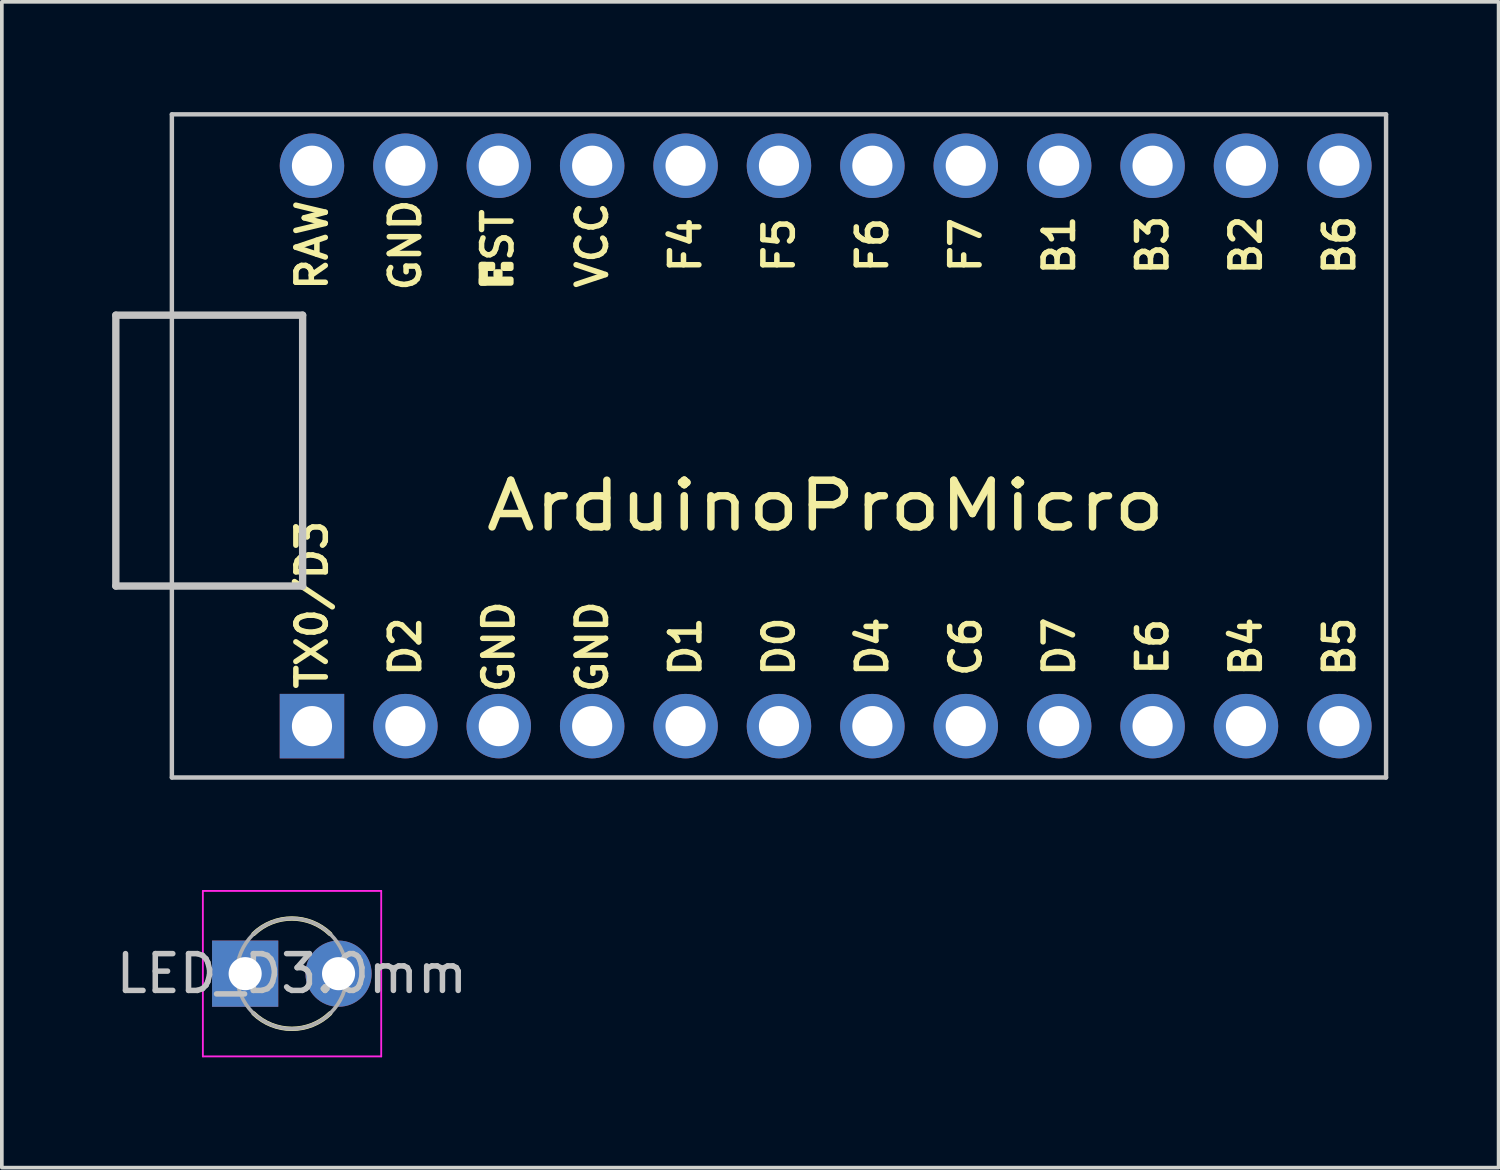
<source format=kicad_pcb>
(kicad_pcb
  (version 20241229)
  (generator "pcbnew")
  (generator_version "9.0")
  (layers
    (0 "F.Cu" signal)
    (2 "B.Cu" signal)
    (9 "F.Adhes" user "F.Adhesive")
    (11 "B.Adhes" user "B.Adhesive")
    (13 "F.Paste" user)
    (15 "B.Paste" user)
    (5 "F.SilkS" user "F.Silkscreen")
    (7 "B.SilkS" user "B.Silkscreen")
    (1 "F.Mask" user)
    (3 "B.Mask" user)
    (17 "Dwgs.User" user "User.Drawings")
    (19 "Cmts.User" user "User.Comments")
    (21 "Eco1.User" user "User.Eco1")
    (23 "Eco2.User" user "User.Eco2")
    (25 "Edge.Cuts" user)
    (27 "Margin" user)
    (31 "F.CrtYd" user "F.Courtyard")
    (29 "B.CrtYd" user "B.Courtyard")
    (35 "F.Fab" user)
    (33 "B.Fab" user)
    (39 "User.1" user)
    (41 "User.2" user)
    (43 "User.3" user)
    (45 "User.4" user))
  (footprint "LED_D3.0mm"
    (layer "F.Cu")
    (at 3.617 23.429)
    (property "Reference" "LED_D3.0mm" (at 1.27 0 0) (layer "Dwgs.User") (effects (font (size 1 1) (thickness 0.15))))
    (attr through_hole)
    (fp_arc (start 0.229039 -1.08) (mid 1.270117 -1.5) (end 2.31113 -1.079837) (stroke (width 0.12) (type solid)) (layer "F.SilkS"))
    (fp_arc (start 2.31113 1.079837) (mid 1.270117 1.5) (end 0.229039 1.08) (stroke (width 0.12) (type solid)) (layer "F.SilkS"))
    (fp_line (start -1.15 -2.25) (end -1.15 2.25) (stroke (width 0.05) (type solid)) (layer "F.CrtYd"))
    (fp_line (start -1.15 2.25) (end 3.7 2.25) (stroke (width 0.05) (type solid)) (layer "F.CrtYd"))
    (fp_line (start 3.7 -2.25) (end -1.15 -2.25) (stroke (width 0.05) (type solid)) (layer "F.CrtYd"))
    (fp_line (start 3.7 2.25) (end 3.7 -2.25) (stroke (width 0.05) (type solid)) (layer "F.CrtYd"))
    (fp_circle (center 1.27 0) (end 2.77 0) (stroke (width 0.1) (type solid)) (fill no) (layer "F.Fab"))
    (pad "1" thru_hole rect (at 0 0) (size 1.8 1.8) (drill 0.9) (layers "*.Cu" "*.Mask"))
    (pad "2" thru_hole circle (at 2.54 0) (size 1.8 1.8) (drill 0.9) (layers "*.Cu" "*.Mask")))
  (footprint "ArduinoProMicro"
    (layer "F.Cu")
    (at 19.404 9.077)
    (property "Reference" "ArduinoProMicro" (at 0 1.625 0) (layer "F.SilkS") (effects (font (size 1.27 1.524) (thickness 0.203))))
    (attr through_hole)
    (fp_poly (pts (xy -9.361 -4.932) (xy -9.261 -4.932) (xy -9.261 -4.432) (xy -9.361 -4.432)) (stroke (width 0.15) (type solid)) (fill yes) (layer "F.SilkS"))
    (fp_poly (pts (xy -9.361 -4.932) (xy -9.061 -4.932) (xy -9.061 -4.832) (xy -9.361 -4.832)) (stroke (width 0.15) (type solid)) (fill yes) (layer "F.SilkS"))
    (fp_poly (pts (xy -9.361 -4.532) (xy -8.561 -4.532) (xy -8.561 -4.432) (xy -9.361 -4.432)) (stroke (width 0.15) (type solid)) (fill yes) (layer "F.SilkS"))
    (fp_poly (pts (xy -8.961 -4.732) (xy -8.861 -4.732) (xy -8.861 -4.632) (xy -8.961 -4.632)) (stroke (width 0.15) (type solid)) (fill yes) (layer "F.SilkS"))
    (fp_poly (pts (xy -8.761 -4.932) (xy -8.561 -4.932) (xy -8.561 -4.832) (xy -8.761 -4.832)) (stroke (width 0.15) (type solid)) (fill yes) (layer "F.SilkS"))
    (fp_line (start -19.304 -3.556) (end -14.224 -3.556) (stroke (width 0.2) (type solid)) (layer "Dwgs.User"))
    (fp_line (start -19.304 3.81) (end -19.304 -3.556) (stroke (width 0.2) (type solid)) (layer "Dwgs.User"))
    (fp_line (start -17.78 -9.017) (end -17.78 9.017) (stroke (width 0.12) (type solid)) (layer "Dwgs.User"))
    (fp_line (start -17.78 -9.017) (end 15.24 -9.017) (stroke (width 0.12) (type solid)) (layer "Dwgs.User"))
    (fp_line (start -17.78 9.017) (end 15.24 9.017) (stroke (width 0.12) (type solid)) (layer "Dwgs.User"))
    (fp_line (start -14.224 -3.556) (end -14.224 3.81) (stroke (width 0.2) (type solid)) (layer "Dwgs.User"))
    (fp_line (start -14.224 3.81) (end -19.304 3.81) (stroke (width 0.2) (type solid)) (layer "Dwgs.User"))
    (fp_line (start 15.24 -9.017) (end 15.24 9.017) (stroke (width 0.12) (type solid)) (layer "Dwgs.User"))
    (fp_text user "B1" (at 6.35 -5.461 90) (layer "F.SilkS") (effects (font (size 0.8 0.8) (thickness 0.15))))
    (fp_text user "D7" (at 6.35 5.461 90) (layer "F.SilkS") (effects (font (size 0.8 0.8) (thickness 0.15))))
    (fp_text user "F6" (at 1.27 -5.461 90) (layer "F.SilkS") (effects (font (size 0.8 0.8) (thickness 0.15))))
    (fp_text user "VCC" (at -6.35 -5.461 90) (layer "F.SilkS") (effects (font (size 0.8 0.8) (thickness 0.15))))
    (fp_text user "ST" (at -8.92 -5.733 90) (layer "F.SilkS") (effects (font (size 0.8 0.8) (thickness 0.15))))
    (fp_text user "B3" (at 8.89 -5.461 90) (layer "F.SilkS") (effects (font (size 0.8 0.8) (thickness 0.15))))
    (fp_text user "B2" (at 11.43 -5.461 90) (layer "F.SilkS") (effects (font (size 0.8 0.8) (thickness 0.15))))
    (fp_text user "D0" (at -1.27 5.461 90) (layer "F.SilkS") (effects (font (size 0.8 0.8) (thickness 0.15))))
    (fp_text user "B5" (at 13.97 5.461 90) (layer "F.SilkS") (effects (font (size 0.8 0.8) (thickness 0.15))))
    (fp_text user "RAW" (at -13.97 -5.461 90) (layer "F.SilkS") (effects (font (size 0.8 0.8) (thickness 0.15))))
    (fp_text user "D1" (at -3.81 5.461 90) (layer "F.SilkS") (effects (font (size 0.8 0.8) (thickness 0.15))))
    (fp_text user "GND" (at -11.43 -5.461 90) (layer "F.SilkS") (effects (font (size 0.8 0.8) (thickness 0.15))))
    (fp_text user "GND" (at -6.35 5.461 90) (layer "F.SilkS") (effects (font (size 0.8 0.8) (thickness 0.15))))
    (fp_text user "F4" (at -3.81 -5.461 90) (layer "F.SilkS") (effects (font (size 0.8 0.8) (thickness 0.15))))
    (fp_text user "TX0/D3" (at -13.97 4.318 90) (layer "F.SilkS") (effects (font (size 0.8 0.8) (thickness 0.15))))
    (fp_text user "E6" (at 8.89 5.461 90) (layer "F.SilkS") (effects (font (size 0.8 0.8) (thickness 0.15))))
    (fp_text user "GND" (at -8.89 5.461 90) (layer "F.SilkS") (effects (font (size 0.8 0.8) (thickness 0.15))))
    (fp_text user "D2" (at -11.43 5.461 90) (layer "F.SilkS") (effects (font (size 0.8 0.8) (thickness 0.15))))
    (fp_text user "F5" (at -1.27 -5.461 90) (layer "F.SilkS") (effects (font (size 0.8 0.8) (thickness 0.15))))
    (fp_text user "B6" (at 13.97 -5.461 90) (layer "F.SilkS") (effects (font (size 0.8 0.8) (thickness 0.15))))
    (fp_text user "C6" (at 3.81 5.461 90) (layer "F.SilkS") (effects (font (size 0.8 0.8) (thickness 0.15))))
    (fp_text user "D4" (at 1.27 5.461 90) (layer "F.SilkS") (effects (font (size 0.8 0.8) (thickness 0.15))))
    (fp_text user "F7" (at 3.81 -5.461 90) (layer "F.SilkS") (effects (font (size 0.8 0.8) (thickness 0.15))))
    (fp_text user "B4" (at 11.43 5.461 90) (layer "F.SilkS") (effects (font (size 0.8 0.8) (thickness 0.15))))
    (pad "1" thru_hole rect (at -13.97 7.62) (size 1.753 1.753) (drill 1.092) (layers "*.Cu" "*.Mask"))
    (pad "2" thru_hole circle (at -11.43 7.62) (size 1.753 1.753) (drill 1.092) (layers "*.Cu" "*.Mask"))
    (pad "3" thru_hole circle (at -8.89 7.62) (size 1.753 1.753) (drill 1.092) (layers "*.Cu" "*.Mask"))
    (pad "4" thru_hole circle (at -6.35 7.62) (size 1.753 1.753) (drill 1.092) (layers "*.Cu" "*.Mask"))
    (pad "5" thru_hole circle (at -3.81 7.62) (size 1.753 1.753) (drill 1.092) (layers "*.Cu" "*.Mask"))
    (pad "6" thru_hole circle (at -1.27 7.62) (size 1.753 1.753) (drill 1.092) (layers "*.Cu" "*.Mask"))
    (pad "7" thru_hole circle (at 1.27 7.62) (size 1.753 1.753) (drill 1.092) (layers "*.Cu" "*.Mask"))
    (pad "8" thru_hole circle (at 3.81 7.62) (size 1.753 1.753) (drill 1.092) (layers "*.Cu" "*.Mask"))
    (pad "9" thru_hole circle (at 6.35 7.62) (size 1.753 1.753) (drill 1.092) (layers "*.Cu" "*.Mask"))
    (pad "10" thru_hole circle (at 8.89 7.62) (size 1.753 1.753) (drill 1.092) (layers "*.Cu" "*.Mask"))
    (pad "11" thru_hole circle (at 11.43 7.62) (size 1.753 1.753) (drill 1.092) (layers "*.Cu" "*.Mask"))
    (pad "12" thru_hole circle (at 13.97 7.62) (size 1.753 1.753) (drill 1.092) (layers "*.Cu" "*.Mask"))
    (pad "13" thru_hole circle (at 13.97 -7.62) (size 1.753 1.753) (drill 1.092) (layers "*.Cu" "*.Mask"))
    (pad "14" thru_hole circle (at 11.43 -7.62) (size 1.753 1.753) (drill 1.092) (layers "*.Cu" "*.Mask"))
    (pad "15" thru_hole circle (at 8.89 -7.62) (size 1.753 1.753) (drill 1.092) (layers "*.Cu" "*.Mask"))
    (pad "16" thru_hole circle (at 6.35 -7.62) (size 1.753 1.753) (drill 1.092) (layers "*.Cu" "*.Mask"))
    (pad "17" thru_hole circle (at 3.81 -7.62) (size 1.753 1.753) (drill 1.092) (layers "*.Cu" "*.Mask"))
    (pad "18" thru_hole circle (at 1.27 -7.62) (size 1.753 1.753) (drill 1.092) (layers "*.Cu" "*.Mask"))
    (pad "19" thru_hole circle (at -1.27 -7.62) (size 1.753 1.753) (drill 1.092) (layers "*.Cu" "*.Mask"))
    (pad "20" thru_hole circle (at -3.81 -7.62) (size 1.753 1.753) (drill 1.092) (layers "*.Cu" "*.Mask"))
    (pad "21" thru_hole circle (at -6.35 -7.62) (size 1.753 1.753) (drill 1.092) (layers "*.Cu" "*.Mask"))
    (pad "22" thru_hole circle (at -8.89 -7.62) (size 1.753 1.753) (drill 1.092) (layers "*.Cu" "*.Mask"))
    (pad "23" thru_hole circle (at -11.43 -7.62) (size 1.753 1.753) (drill 1.092) (layers "*.Cu" "*.Mask"))
    (pad "24" thru_hole circle (at -13.97 -7.62) (size 1.753 1.753) (drill 1.092) (layers "*.Cu" "*.Mask")))
  (gr_rect
    (start -3 -3)
    (end 37.704 28.704)
    (stroke (width 0.1) (type default))
    (fill no)
    (layer "Edge.Cuts")))
</source>
